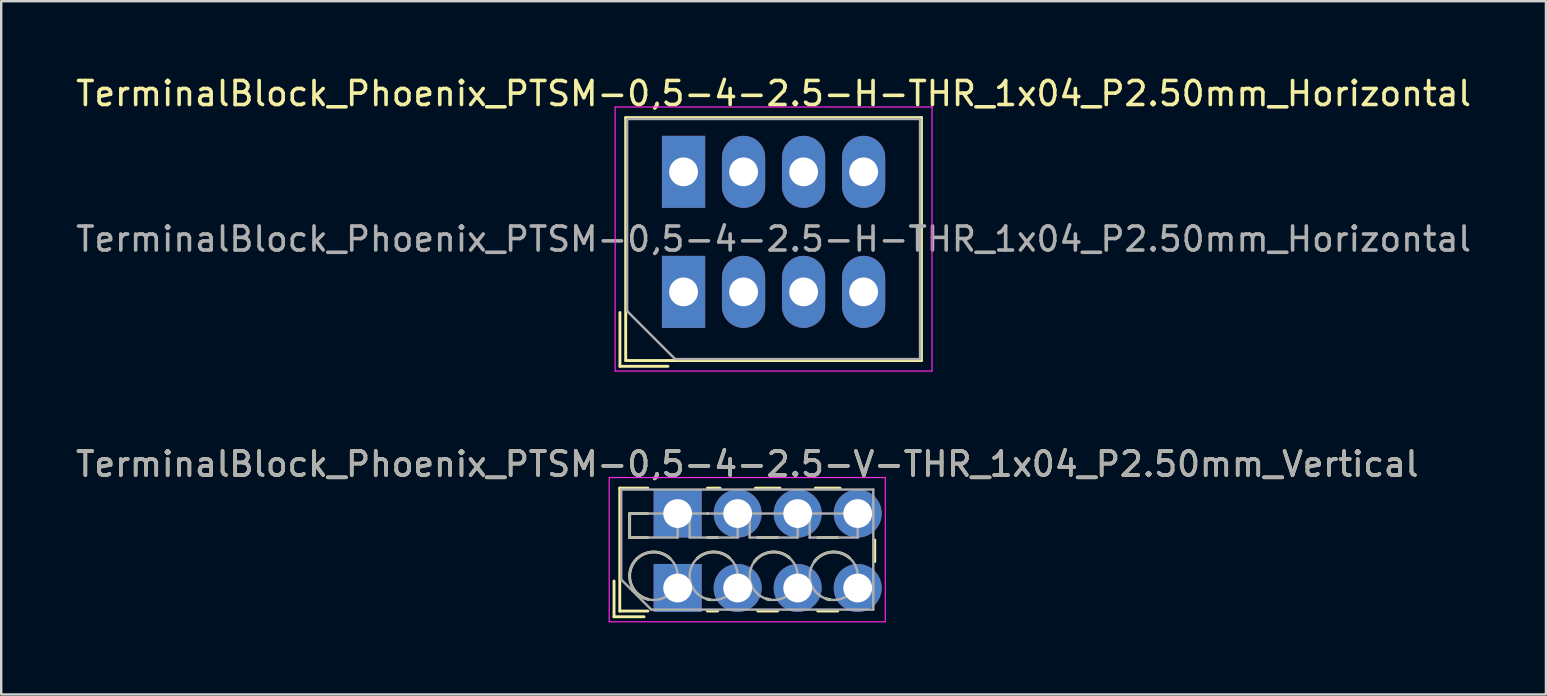
<source format=kicad_pcb>
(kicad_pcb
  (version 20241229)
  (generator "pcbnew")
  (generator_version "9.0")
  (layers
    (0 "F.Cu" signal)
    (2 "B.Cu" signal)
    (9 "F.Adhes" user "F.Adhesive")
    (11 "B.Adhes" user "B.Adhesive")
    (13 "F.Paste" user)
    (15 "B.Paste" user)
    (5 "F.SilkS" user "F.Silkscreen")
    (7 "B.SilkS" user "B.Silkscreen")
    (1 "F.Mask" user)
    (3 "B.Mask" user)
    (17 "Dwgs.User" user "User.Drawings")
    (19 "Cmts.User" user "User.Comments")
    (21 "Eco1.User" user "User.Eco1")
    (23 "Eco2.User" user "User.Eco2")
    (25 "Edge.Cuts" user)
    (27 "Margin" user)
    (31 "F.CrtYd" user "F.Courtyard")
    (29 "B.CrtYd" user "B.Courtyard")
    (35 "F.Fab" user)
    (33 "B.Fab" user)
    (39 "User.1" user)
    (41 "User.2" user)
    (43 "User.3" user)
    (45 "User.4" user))
  (footprint "TerminalBlock_Phoenix_PTSM-0,5-4-2.5-H-THR_1x04_P2.50mm_Horizontal"
    (layer "F.Cu")
    (at 25.423 9.108)
    (property "Reference" "TerminalBlock_Phoenix_PTSM-0,5-4-2.5-H-THR_1x04_P2.50mm_Horizontal" (at 3.75 -8.26 0) (layer "F.SilkS") (effects (font (size 1 1) (thickness 0.15))))
    (attr through_hole)
    (fp_line (start -2.65 0.86) (end -2.65 3.1) (stroke (width 0.12) (type solid)) (layer "F.SilkS"))
    (fp_line (start -2.65 3.1) (end -0.65 3.1) (stroke (width 0.12) (type solid)) (layer "F.SilkS"))
    (fp_line (start -2.41 -7.26) (end -2.41 2.86) (stroke (width 0.12) (type solid)) (layer "F.SilkS"))
    (fp_line (start -2.41 -7.26) (end 9.91 -7.26) (stroke (width 0.12) (type solid)) (layer "F.SilkS"))
    (fp_line (start -2.41 2.86) (end 9.91 2.86) (stroke (width 0.12) (type solid)) (layer "F.SilkS"))
    (fp_line (start 9.91 -7.26) (end 9.91 2.86) (stroke (width 0.12) (type solid)) (layer "F.SilkS"))
    (fp_line (start -2.85 -7.7) (end -2.85 3.3) (stroke (width 0.05) (type solid)) (layer "F.CrtYd"))
    (fp_line (start -2.85 3.3) (end 10.35 3.3) (stroke (width 0.05) (type solid)) (layer "F.CrtYd"))
    (fp_line (start 10.35 -7.7) (end -2.85 -7.7) (stroke (width 0.05) (type solid)) (layer "F.CrtYd"))
    (fp_line (start 10.35 3.3) (end 10.35 -7.7) (stroke (width 0.05) (type solid)) (layer "F.CrtYd"))
    (fp_line (start -2.35 -7.2) (end 9.85 -7.2) (stroke (width 0.1) (type solid)) (layer "F.Fab"))
    (fp_line (start -2.35 0.8) (end -2.35 -7.2) (stroke (width 0.1) (type solid)) (layer "F.Fab"))
    (fp_line (start -0.35 2.8) (end -2.35 0.8) (stroke (width 0.1) (type solid)) (layer "F.Fab"))
    (fp_line (start 9.85 -7.2) (end 9.85 2.8) (stroke (width 0.1) (type solid)) (layer "F.Fab"))
    (fp_line (start 9.85 2.8) (end -0.35 2.8) (stroke (width 0.1) (type solid)) (layer "F.Fab"))
    (fp_text user "${REFERENCE}" (at 3.75 -2.2 0) (layer "F.Fab") (effects (font (size 1 1) (thickness 0.15))))
    (pad "1" thru_hole rect (at 0 -5) (size 1.8 3) (drill 1.2) (layers "*.Cu" "*.Mask"))
    (pad "1" thru_hole rect (at 0 0) (size 1.8 3) (drill 1.2) (layers "*.Cu" "*.Mask"))
    (pad "2" thru_hole oval (at 2.5 -5) (size 1.8 3) (drill 1.2) (layers "*.Cu" "*.Mask"))
    (pad "2" thru_hole oval (at 2.5 0) (size 1.8 3) (drill 1.2) (layers "*.Cu" "*.Mask"))
    (pad "3" thru_hole oval (at 5 -5) (size 1.8 3) (drill 1.2) (layers "*.Cu" "*.Mask"))
    (pad "3" thru_hole oval (at 5 0) (size 1.8 3) (drill 1.2) (layers "*.Cu" "*.Mask"))
    (pad "4" thru_hole oval (at 7.5 -5) (size 1.8 3) (drill 1.2) (layers "*.Cu" "*.Mask"))
    (pad "4" thru_hole oval (at 7.5 0) (size 1.8 3) (drill 1.2) (layers "*.Cu" "*.Mask")))
  (footprint "TerminalBlock_Phoenix_PTSM-0,5-4-2.5-V-THR_1x04_P2.50mm_Vertical"
    (layer "F.Cu")
    (at 25.177 21.442)
    (property "Reference" "TerminalBlock_Phoenix_PTSM-0,5-4-2.5-V-THR_1x04_P2.50mm_Vertical" (at 2.9 -5.16 0) (layer "F.SilkS") (effects (font (size 1 1) (thickness 0.15))))
    (attr through_hole)
    (fp_line (start -2.65 -0.29) (end -2.65 1.2) (stroke (width 0.12) (type solid)) (layer "F.SilkS"))
    (fp_line (start -2.65 1.2) (end -1.4 1.2) (stroke (width 0.12) (type solid)) (layer "F.SilkS"))
    (fp_line (start -2.41 -4.16) (end -2.41 0.961) (stroke (width 0.12) (type solid)) (layer "F.SilkS"))
    (fp_line (start -2.41 -4.16) (end -1.24 -4.16) (stroke (width 0.12) (type solid)) (layer "F.SilkS"))
    (fp_line (start -2.41 0.961) (end -1.24 0.961) (stroke (width 0.12) (type solid)) (layer "F.SilkS"))
    (fp_line (start -2 -3.1) (end -2 -2.1) (stroke (width 0.12) (type solid)) (layer "F.SilkS"))
    (fp_line (start -2 -3.1) (end -1.24 -3.1) (stroke (width 0.12) (type solid)) (layer "F.SilkS"))
    (fp_line (start -2 -2.1) (end -1.24 -2.1) (stroke (width 0.12) (type solid)) (layer "F.SilkS"))
    (fp_line (start 1.24 -4.16) (end 1.763 -4.16) (stroke (width 0.12) (type solid)) (layer "F.SilkS"))
    (fp_line (start 1.24 -3.1) (end 1.245 -3.1) (stroke (width 0.12) (type solid)) (layer "F.SilkS"))
    (fp_line (start 1.24 -2.1) (end 1.665 -2.1) (stroke (width 0.12) (type solid)) (layer "F.SilkS"))
    (fp_line (start 1.24 0.961) (end 1.665 0.961) (stroke (width 0.12) (type solid)) (layer "F.SilkS"))
    (fp_line (start 3.238 -4.16) (end 4.263 -4.16) (stroke (width 0.12) (type solid)) (layer "F.SilkS"))
    (fp_line (start 3.336 -2.1) (end 4.165 -2.1) (stroke (width 0.12) (type solid)) (layer "F.SilkS"))
    (fp_line (start 3.336 0.961) (end 4.165 0.961) (stroke (width 0.12) (type solid)) (layer "F.SilkS"))
    (fp_line (start 5.738 -4.16) (end 6.763 -4.16) (stroke (width 0.12) (type solid)) (layer "F.SilkS"))
    (fp_line (start 5.836 -2.1) (end 6.665 -2.1) (stroke (width 0.12) (type solid)) (layer "F.SilkS"))
    (fp_line (start 5.836 0.961) (end 6.665 0.961) (stroke (width 0.12) (type solid)) (layer "F.SilkS"))
    (fp_line (start 8.21 -2) (end 8.21 -1.1) (stroke (width 0.12) (type solid)) (layer "F.SilkS"))
    (fp_arc (start -1.224629 0.474931) (mid -1.883573 -0.969306) (end -0.318 -1.232) (stroke (width 0.12) (type solid)) (layer "F.SilkS"))
    (fp_arc (start 0.817811 -1.23232) (mid 1.483053 -1.500693) (end 2.157 -1.255) (stroke (width 0.12) (type solid)) (layer "F.SilkS"))
    (fp_arc (start 1.344288 0.488343) (mid 1.284242 0.476994) (end 1.225 0.462) (stroke (width 0.12) (type solid)) (layer "F.SilkS"))
    (fp_arc (start 3.190612 -1.088697) (mid 3.887218 -1.494461) (end 4.657 -1.255) (stroke (width 0.12) (type solid)) (layer "F.SilkS"))
    (fp_arc (start 3.84373 0.488618) (mid 3.766646 0.47331) (end 3.691 0.452) (stroke (width 0.12) (type solid)) (layer "F.SilkS"))
    (fp_arc (start 5.690612 -1.088697) (mid 6.387218 -1.494461) (end 7.157 -1.255) (stroke (width 0.12) (type solid)) (layer "F.SilkS"))
    (fp_arc (start 6.34373 0.488618) (mid 6.266646 0.47331) (end 6.191 0.452) (stroke (width 0.12) (type solid)) (layer "F.SilkS"))
    (fp_line (start -2.85 -4.6) (end -2.85 1.41) (stroke (width 0.05) (type solid)) (layer "F.CrtYd"))
    (fp_line (start -2.85 1.41) (end 8.65 1.41) (stroke (width 0.05) (type solid)) (layer "F.CrtYd"))
    (fp_line (start 8.65 -4.6) (end -2.85 -4.6) (stroke (width 0.05) (type solid)) (layer "F.CrtYd"))
    (fp_line (start 8.65 1.41) (end 8.65 -4.6) (stroke (width 0.05) (type solid)) (layer "F.CrtYd"))
    (fp_line (start -2.35 -4.1) (end 8.15 -4.1) (stroke (width 0.1) (type solid)) (layer "F.Fab"))
    (fp_line (start -2.35 -0.35) (end -2.35 -4.1) (stroke (width 0.1) (type solid)) (layer "F.Fab"))
    (fp_line (start -2 -3.1) (end -2 -2.1) (stroke (width 0.1) (type solid)) (layer "F.Fab"))
    (fp_line (start -2 -2.1) (end 0 -2.1) (stroke (width 0.1) (type solid)) (layer "F.Fab"))
    (fp_line (start -1.1 0.9) (end -2.35 -0.35) (stroke (width 0.1) (type solid)) (layer "F.Fab"))
    (fp_line (start 0 -3.1) (end -2 -3.1) (stroke (width 0.1) (type solid)) (layer "F.Fab"))
    (fp_line (start 0 -2.1) (end 0 -3.1) (stroke (width 0.1) (type solid)) (layer "F.Fab"))
    (fp_line (start 0.5 -3.1) (end 0.5 -2.1) (stroke (width 0.1) (type solid)) (layer "F.Fab"))
    (fp_line (start 0.5 -2.1) (end 2.5 -2.1) (stroke (width 0.1) (type solid)) (layer "F.Fab"))
    (fp_line (start 2.5 -3.1) (end 0.5 -3.1) (stroke (width 0.1) (type solid)) (layer "F.Fab"))
    (fp_line (start 2.5 -2.1) (end 2.5 -3.1) (stroke (width 0.1) (type solid)) (layer "F.Fab"))
    (fp_line (start 3 -3.1) (end 3 -2.1) (stroke (width 0.1) (type solid)) (layer "F.Fab"))
    (fp_line (start 3 -2.1) (end 5 -2.1) (stroke (width 0.1) (type solid)) (layer "F.Fab"))
    (fp_line (start 5 -3.1) (end 3 -3.1) (stroke (width 0.1) (type solid)) (layer "F.Fab"))
    (fp_line (start 5 -2.1) (end 5 -3.1) (stroke (width 0.1) (type solid)) (layer "F.Fab"))
    (fp_line (start 5.5 -3.1) (end 5.5 -2.1) (stroke (width 0.1) (type solid)) (layer "F.Fab"))
    (fp_line (start 5.5 -2.1) (end 7.5 -2.1) (stroke (width 0.1) (type solid)) (layer "F.Fab"))
    (fp_line (start 7.5 -3.1) (end 5.5 -3.1) (stroke (width 0.1) (type solid)) (layer "F.Fab"))
    (fp_line (start 7.5 -2.1) (end 7.5 -3.1) (stroke (width 0.1) (type solid)) (layer "F.Fab"))
    (fp_line (start 8.15 -4.1) (end 8.15 0.9) (stroke (width 0.1) (type solid)) (layer "F.Fab"))
    (fp_line (start 8.15 0.9) (end -1.1 0.9) (stroke (width 0.1) (type solid)) (layer "F.Fab"))
    (fp_circle (center -1 -0.5) (end 0 -0.5) (stroke (width 0.1) (type solid)) (fill no) (layer "F.Fab"))
    (fp_circle (center 1.5 -0.5) (end 2.5 -0.5) (stroke (width 0.1) (type solid)) (fill no) (layer "F.Fab"))
    (fp_circle (center 4 -0.5) (end 5 -0.5) (stroke (width 0.1) (type solid)) (fill no) (layer "F.Fab"))
    (fp_circle (center 6.5 -0.5) (end 7.5 -0.5) (stroke (width 0.1) (type solid)) (fill no) (layer "F.Fab"))
    (fp_text user "${REFERENCE}" (at 2.9 -5.16 0) (layer "F.Fab") (effects (font (size 1 1) (thickness 0.15))))
    (pad "1" thru_hole rect (at 0 -3.1) (size 2 2) (drill 1.2) (layers "*.Cu" "*.Mask"))
    (pad "1" thru_hole rect (at 0 0) (size 2 2) (drill 1.2) (layers "*.Cu" "*.Mask"))
    (pad "2" thru_hole circle (at 2.5 -3.1) (size 2 2) (drill 1.2) (layers "*.Cu" "*.Mask"))
    (pad "2" thru_hole circle (at 2.5 0) (size 2 2) (drill 1.2) (layers "*.Cu" "*.Mask"))
    (pad "3" thru_hole circle (at 5 -3.1) (size 2 2) (drill 1.2) (layers "*.Cu" "*.Mask"))
    (pad "3" thru_hole circle (at 5 0) (size 2 2) (drill 1.2) (layers "*.Cu" "*.Mask"))
    (pad "4" thru_hole circle (at 7.5 -3.1) (size 2 2) (drill 1.2) (layers "*.Cu" "*.Mask"))
    (pad "4" thru_hole circle (at 7.5 0) (size 2 2) (drill 1.2) (layers "*.Cu" "*.Mask")))
  (gr_rect
    (start -3 -3)
    (end 61.345 25.877)
    (stroke (width 0.1) (type default))
    (fill no)
    (layer "Edge.Cuts")))
</source>
